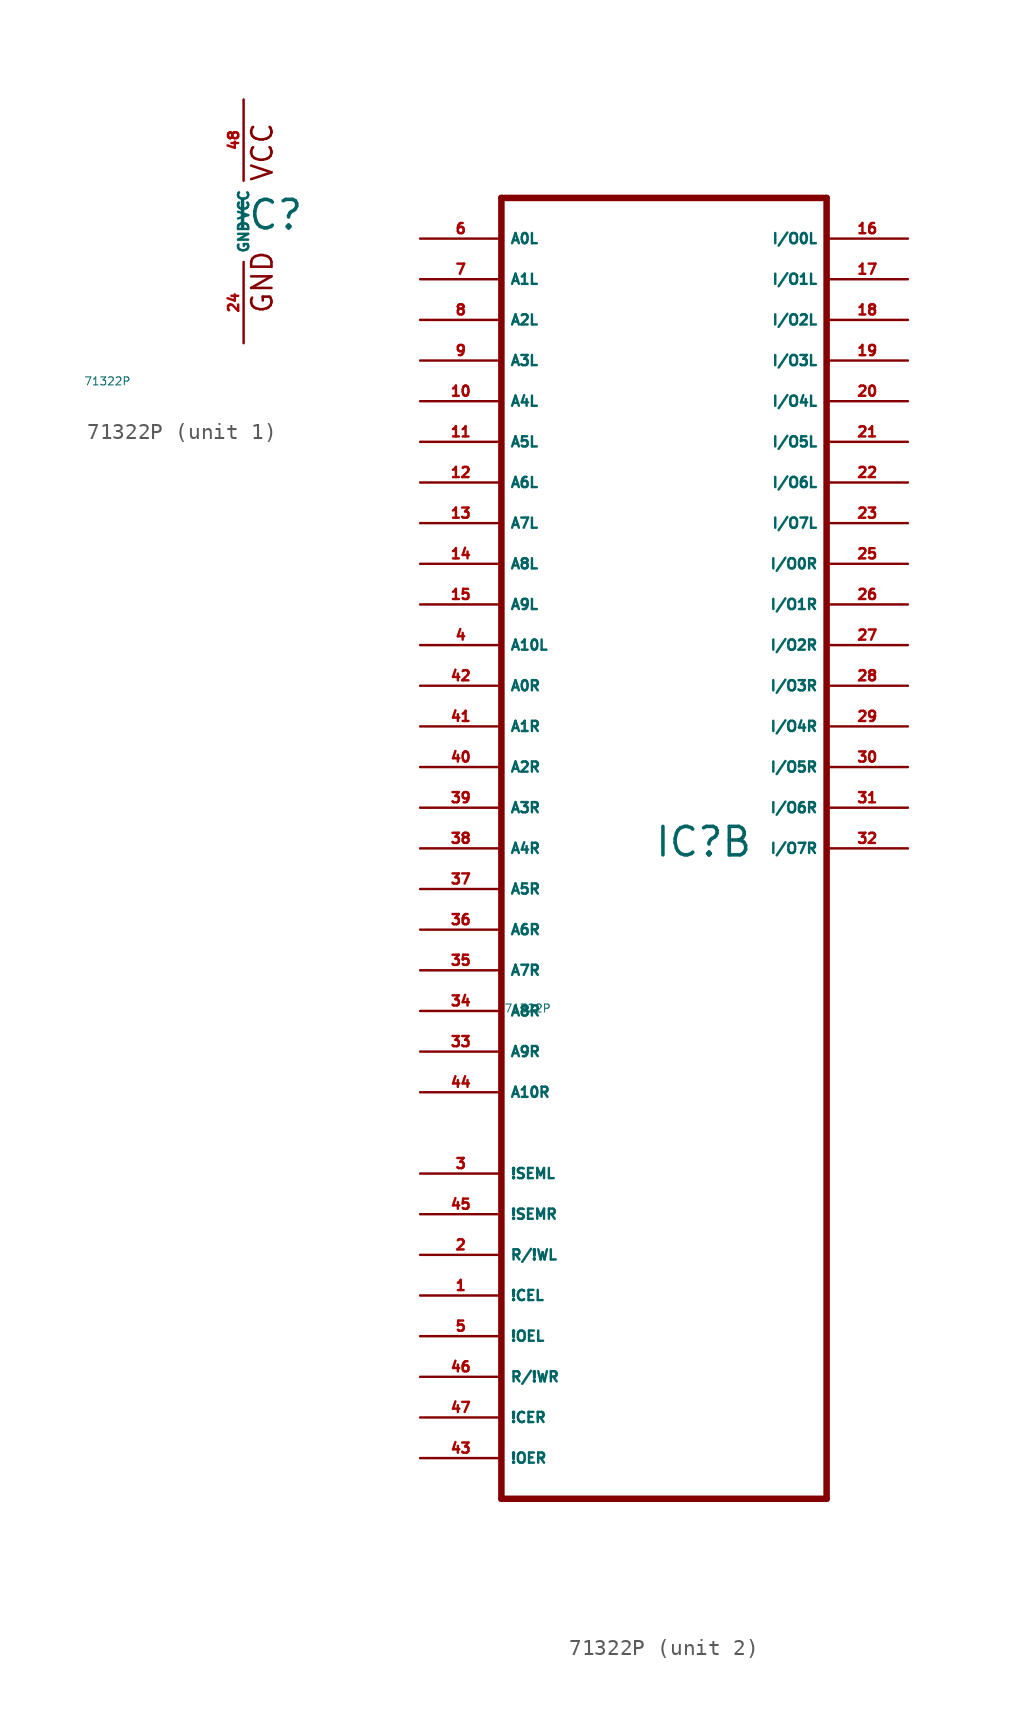
<source format=kicad_sym>
(kicad_symbol_lib
  (version 20220914)
  (generator Eagle2Kicad)
  (symbol "71322P"
    (property "Reference" "IC"
      (at -0.635 -0.635 0)
      (effects (font (size 1.778 1.778) (thickness 0.22)) (justify left bottom)))
    (property "Value" "71322P"
      (at -10 -10 0)
      (effects (font (size 0.5 0.5) (thickness 0.06)) (justify left)))
    (symbol "71322P_1_0"
      (text "GND" (at 1.905 -5.842 900) (effects (font (size 1.27 1.27) (thickness 0.16)) (justify left bottom)))
      (text "VCC" (at 1.905 2.413 900) (effects (font (size 1.27 1.27) (thickness 0.16)) (justify left bottom)))
      (pin unspecified line (at 0 7.62 270) (length 5.08) (name "VCC" (effects (font (size 0.635 0.635) (thickness 0.08)) (justify left bottom))) (number "48" (effects (font (size 0.635 0.635) (thickness 0.08)) (justify left bottom))))
      (pin unspecified line (at 0 -7.62 90) (length 5.08) (name "GND" (effects (font (size 0.635 0.635) (thickness 0.08)) (justify left bottom))) (number "24" (effects (font (size 0.635 0.635) (thickness 0.08)) (justify left bottom)))))
    (symbol "71322P_2_0"
      (polyline (pts (xy -10.16 -40.64) (xy 10.16 -40.64)) (stroke (width 0.406) (type default)) (fill (type none)))
      (polyline (pts (xy 10.16 -40.64) (xy 10.16 40.64)) (stroke (width 0.406) (type default)) (fill (type none)))
      (polyline (pts (xy 10.16 40.64) (xy -10.16 40.64)) (stroke (width 0.406) (type default)) (fill (type none)))
      (polyline (pts (xy -10.16 40.64) (xy -10.16 -40.64)) (stroke (width 0.406) (type default)) (fill (type none)))
      (pin input line (at -15.24 38.1 0) (length 5.08) (name "A0L" (effects (font (size 0.635 0.635) (thickness 0.08)) (justify left bottom))) (number "6" (effects (font (size 0.635 0.635) (thickness 0.08)) (justify left bottom))))
      (pin input line (at -15.24 35.56 0) (length 5.08) (name "A1L" (effects (font (size 0.635 0.635) (thickness 0.08)) (justify left bottom))) (number "7" (effects (font (size 0.635 0.635) (thickness 0.08)) (justify left bottom))))
      (pin input line (at -15.24 33.02 0) (length 5.08) (name "A2L" (effects (font (size 0.635 0.635) (thickness 0.08)) (justify left bottom))) (number "8" (effects (font (size 0.635 0.635) (thickness 0.08)) (justify left bottom))))
      (pin input line (at -15.24 30.48 0) (length 5.08) (name "A3L" (effects (font (size 0.635 0.635) (thickness 0.08)) (justify left bottom))) (number "9" (effects (font (size 0.635 0.635) (thickness 0.08)) (justify left bottom))))
      (pin input line (at -15.24 27.94 0) (length 5.08) (name "A4L" (effects (font (size 0.635 0.635) (thickness 0.08)) (justify left bottom))) (number "10" (effects (font (size 0.635 0.635) (thickness 0.08)) (justify left bottom))))
      (pin input line (at -15.24 25.4 0) (length 5.08) (name "A5L" (effects (font (size 0.635 0.635) (thickness 0.08)) (justify left bottom))) (number "11" (effects (font (size 0.635 0.635) (thickness 0.08)) (justify left bottom))))
      (pin input line (at -15.24 22.86 0) (length 5.08) (name "A6L" (effects (font (size 0.635 0.635) (thickness 0.08)) (justify left bottom))) (number "12" (effects (font (size 0.635 0.635) (thickness 0.08)) (justify left bottom))))
      (pin input line (at -15.24 20.32 0) (length 5.08) (name "A7L" (effects (font (size 0.635 0.635) (thickness 0.08)) (justify left bottom))) (number "13" (effects (font (size 0.635 0.635) (thickness 0.08)) (justify left bottom))))
      (pin input line (at -15.24 17.78 0) (length 5.08) (name "A8L" (effects (font (size 0.635 0.635) (thickness 0.08)) (justify left bottom))) (number "14" (effects (font (size 0.635 0.635) (thickness 0.08)) (justify left bottom))))
      (pin input line (at -15.24 15.24 0) (length 5.08) (name "A9L" (effects (font (size 0.635 0.635) (thickness 0.08)) (justify left bottom))) (number "15" (effects (font (size 0.635 0.635) (thickness 0.08)) (justify left bottom))))
      (pin input line (at -15.24 10.16 0) (length 5.08) (name "A0R" (effects (font (size 0.635 0.635) (thickness 0.08)) (justify left bottom))) (number "42" (effects (font (size 0.635 0.635) (thickness 0.08)) (justify left bottom))))
      (pin input line (at -15.24 7.62 0) (length 5.08) (name "A1R" (effects (font (size 0.635 0.635) (thickness 0.08)) (justify left bottom))) (number "41" (effects (font (size 0.635 0.635) (thickness 0.08)) (justify left bottom))))
      (pin input line (at -15.24 5.08 0) (length 5.08) (name "A2R" (effects (font (size 0.635 0.635) (thickness 0.08)) (justify left bottom))) (number "40" (effects (font (size 0.635 0.635) (thickness 0.08)) (justify left bottom))))
      (pin input line (at -15.24 2.54 0) (length 5.08) (name "A3R" (effects (font (size 0.635 0.635) (thickness 0.08)) (justify left bottom))) (number "39" (effects (font (size 0.635 0.635) (thickness 0.08)) (justify left bottom))))
      (pin input line (at -15.24 0 0) (length 5.08) (name "A4R" (effects (font (size 0.635 0.635) (thickness 0.08)) (justify left bottom))) (number "38" (effects (font (size 0.635 0.635) (thickness 0.08)) (justify left bottom))))
      (pin input line (at -15.24 -2.54 0) (length 5.08) (name "A5R" (effects (font (size 0.635 0.635) (thickness 0.08)) (justify left bottom))) (number "37" (effects (font (size 0.635 0.635) (thickness 0.08)) (justify left bottom))))
      (pin input line (at -15.24 -5.08 0) (length 5.08) (name "A6R" (effects (font (size 0.635 0.635) (thickness 0.08)) (justify left bottom))) (number "36" (effects (font (size 0.635 0.635) (thickness 0.08)) (justify left bottom))))
      (pin input line (at -15.24 -7.62 0) (length 5.08) (name "A7R" (effects (font (size 0.635 0.635) (thickness 0.08)) (justify left bottom))) (number "35" (effects (font (size 0.635 0.635) (thickness 0.08)) (justify left bottom))))
      (pin input line (at -15.24 -10.16 0) (length 5.08) (name "A8R" (effects (font (size 0.635 0.635) (thickness 0.08)) (justify left bottom))) (number "34" (effects (font (size 0.635 0.635) (thickness 0.08)) (justify left bottom))))
      (pin input line (at -15.24 -12.7 0) (length 5.08) (name "A9R" (effects (font (size 0.635 0.635) (thickness 0.08)) (justify left bottom))) (number "33" (effects (font (size 0.635 0.635) (thickness 0.08)) (justify left bottom))))
      (pin bidirectional line (at 15.24 38.1 180) (length 5.08) (name "I/O0L" (effects (font (size 0.635 0.635) (thickness 0.08)) (justify left bottom))) (number "16" (effects (font (size 0.635 0.635) (thickness 0.08)) (justify left bottom))))
      (pin bidirectional line (at 15.24 35.56 180) (length 5.08) (name "I/O1L" (effects (font (size 0.635 0.635) (thickness 0.08)) (justify left bottom))) (number "17" (effects (font (size 0.635 0.635) (thickness 0.08)) (justify left bottom))))
      (pin bidirectional line (at 15.24 33.02 180) (length 5.08) (name "I/O2L" (effects (font (size 0.635 0.635) (thickness 0.08)) (justify left bottom))) (number "18" (effects (font (size 0.635 0.635) (thickness 0.08)) (justify left bottom))))
      (pin bidirectional line (at 15.24 30.48 180) (length 5.08) (name "I/O3L" (effects (font (size 0.635 0.635) (thickness 0.08)) (justify left bottom))) (number "19" (effects (font (size 0.635 0.635) (thickness 0.08)) (justify left bottom))))
      (pin bidirectional line (at 15.24 27.94 180) (length 5.08) (name "I/O4L" (effects (font (size 0.635 0.635) (thickness 0.08)) (justify left bottom))) (number "20" (effects (font (size 0.635 0.635) (thickness 0.08)) (justify left bottom))))
      (pin bidirectional line (at 15.24 25.4 180) (length 5.08) (name "I/O5L" (effects (font (size 0.635 0.635) (thickness 0.08)) (justify left bottom))) (number "21" (effects (font (size 0.635 0.635) (thickness 0.08)) (justify left bottom))))
      (pin bidirectional line (at 15.24 22.86 180) (length 5.08) (name "I/O6L" (effects (font (size 0.635 0.635) (thickness 0.08)) (justify left bottom))) (number "22" (effects (font (size 0.635 0.635) (thickness 0.08)) (justify left bottom))))
      (pin bidirectional line (at 15.24 20.32 180) (length 5.08) (name "I/O7L" (effects (font (size 0.635 0.635) (thickness 0.08)) (justify left bottom))) (number "23" (effects (font (size 0.635 0.635) (thickness 0.08)) (justify left bottom))))
      (pin bidirectional line (at 15.24 17.78 180) (length 5.08) (name "I/O0R" (effects (font (size 0.635 0.635) (thickness 0.08)) (justify left bottom))) (number "25" (effects (font (size 0.635 0.635) (thickness 0.08)) (justify left bottom))))
      (pin bidirectional line (at 15.24 15.24 180) (length 5.08) (name "I/O1R" (effects (font (size 0.635 0.635) (thickness 0.08)) (justify left bottom))) (number "26" (effects (font (size 0.635 0.635) (thickness 0.08)) (justify left bottom))))
      (pin bidirectional line (at 15.24 12.7 180) (length 5.08) (name "I/O2R" (effects (font (size 0.635 0.635) (thickness 0.08)) (justify left bottom))) (number "27" (effects (font (size 0.635 0.635) (thickness 0.08)) (justify left bottom))))
      (pin bidirectional line (at 15.24 10.16 180) (length 5.08) (name "I/O3R" (effects (font (size 0.635 0.635) (thickness 0.08)) (justify left bottom))) (number "28" (effects (font (size 0.635 0.635) (thickness 0.08)) (justify left bottom))))
      (pin bidirectional line (at 15.24 7.62 180) (length 5.08) (name "I/O4R" (effects (font (size 0.635 0.635) (thickness 0.08)) (justify left bottom))) (number "29" (effects (font (size 0.635 0.635) (thickness 0.08)) (justify left bottom))))
      (pin bidirectional line (at 15.24 5.08 180) (length 5.08) (name "I/O5R" (effects (font (size 0.635 0.635) (thickness 0.08)) (justify left bottom))) (number "30" (effects (font (size 0.635 0.635) (thickness 0.08)) (justify left bottom))))
      (pin bidirectional line (at 15.24 2.54 180) (length 5.08) (name "I/O6R" (effects (font (size 0.635 0.635) (thickness 0.08)) (justify left bottom))) (number "31" (effects (font (size 0.635 0.635) (thickness 0.08)) (justify left bottom))))
      (pin bidirectional line (at 15.24 0 180) (length 5.08) (name "I/O7R" (effects (font (size 0.635 0.635) (thickness 0.08)) (justify left bottom))) (number "32" (effects (font (size 0.635 0.635) (thickness 0.08)) (justify left bottom))))
      (pin input line (at -15.24 -25.4 0) (length 5.08) (name "R/!WL" (effects (font (size 0.635 0.635) (thickness 0.08)) (justify left bottom))) (number "2" (effects (font (size 0.635 0.635) (thickness 0.08)) (justify left bottom))))
      (pin input line (at -15.24 -27.94 0) (length 5.08) (name "!CEL" (effects (font (size 0.635 0.635) (thickness 0.08)) (justify left bottom))) (number "1" (effects (font (size 0.635 0.635) (thickness 0.08)) (justify left bottom))))
      (pin input line (at -15.24 -30.48 0) (length 5.08) (name "!OEL" (effects (font (size 0.635 0.635) (thickness 0.08)) (justify left bottom))) (number "5" (effects (font (size 0.635 0.635) (thickness 0.08)) (justify left bottom))))
      (pin input line (at -15.24 -33.02 0) (length 5.08) (name "R/!WR" (effects (font (size 0.635 0.635) (thickness 0.08)) (justify left bottom))) (number "46" (effects (font (size 0.635 0.635) (thickness 0.08)) (justify left bottom))))
      (pin input line (at -15.24 -35.56 0) (length 5.08) (name "!CER" (effects (font (size 0.635 0.635) (thickness 0.08)) (justify left bottom))) (number "47" (effects (font (size 0.635 0.635) (thickness 0.08)) (justify left bottom))))
      (pin input line (at -15.24 -38.1 0) (length 5.08) (name "!OER" (effects (font (size 0.635 0.635) (thickness 0.08)) (justify left bottom))) (number "43" (effects (font (size 0.635 0.635) (thickness 0.08)) (justify left bottom))))
      (pin input line (at -15.24 12.7 0) (length 5.08) (name "A10L" (effects (font (size 0.635 0.635) (thickness 0.08)) (justify left bottom))) (number "4" (effects (font (size 0.635 0.635) (thickness 0.08)) (justify left bottom))))
      (pin input line (at -15.24 -15.24 0) (length 5.08) (name "A10R" (effects (font (size 0.635 0.635) (thickness 0.08)) (justify left bottom))) (number "44" (effects (font (size 0.635 0.635) (thickness 0.08)) (justify left bottom))))
      (pin output line (at -15.24 -20.32 0) (length 5.08) (name "!SEML" (effects (font (size 0.635 0.635) (thickness 0.08)) (justify left bottom))) (number "3" (effects (font (size 0.635 0.635) (thickness 0.08)) (justify left bottom))))
      (pin output line (at -15.24 -22.86 0) (length 5.08) (name "!SEMR" (effects (font (size 0.635 0.635) (thickness 0.08)) (justify left bottom))) (number "45" (effects (font (size 0.635 0.635) (thickness 0.08)) (justify left bottom)))))))
</source>
